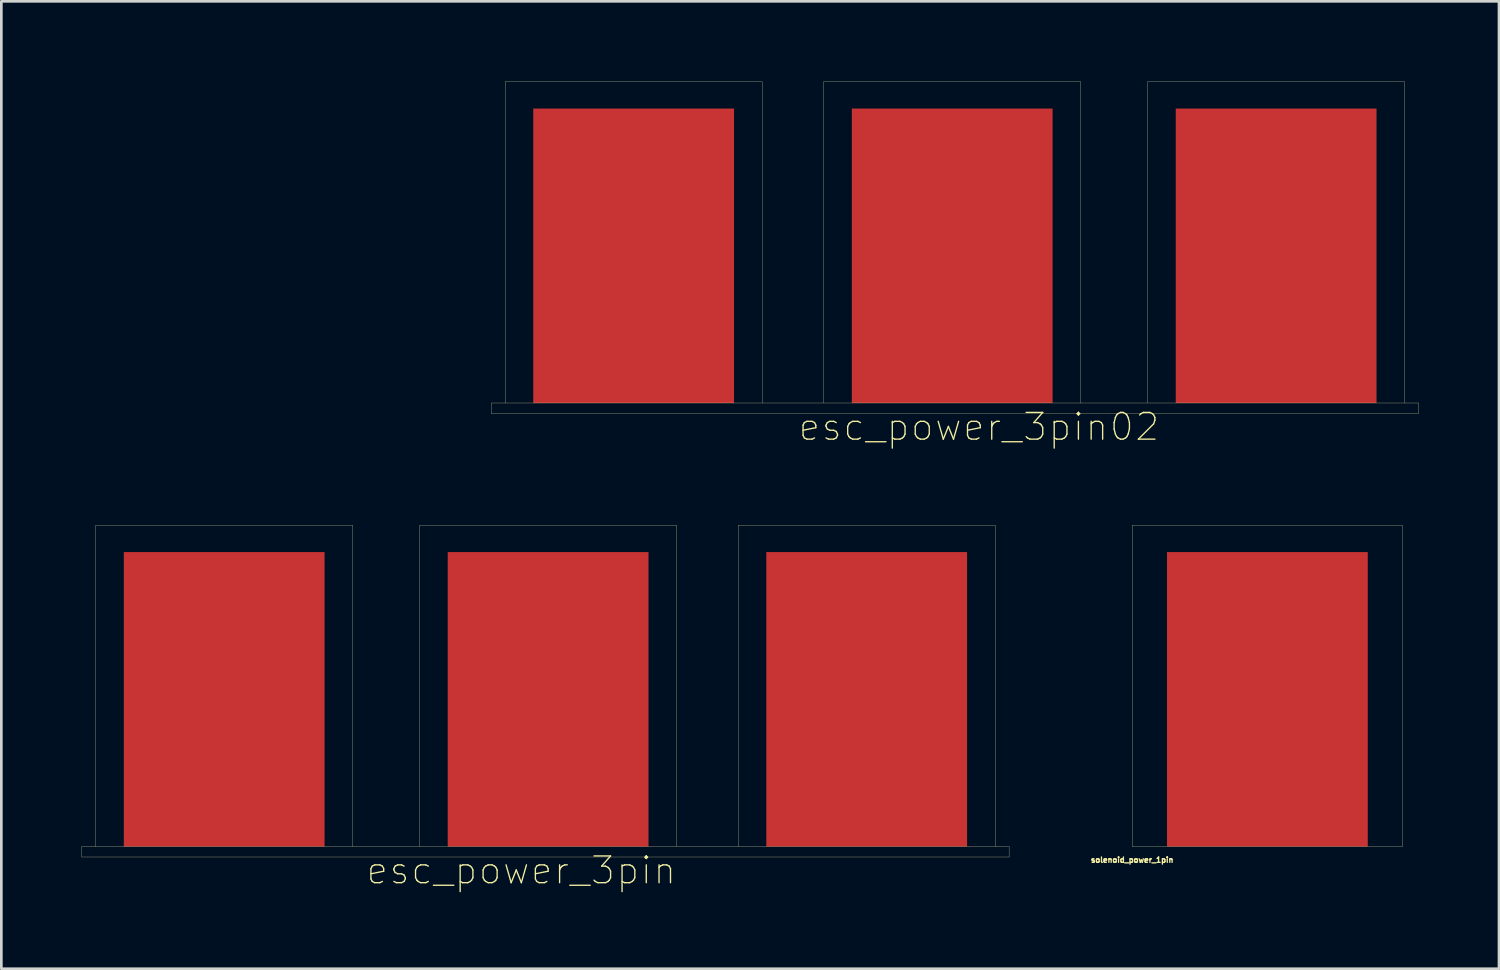
<source format=kicad_pcb>
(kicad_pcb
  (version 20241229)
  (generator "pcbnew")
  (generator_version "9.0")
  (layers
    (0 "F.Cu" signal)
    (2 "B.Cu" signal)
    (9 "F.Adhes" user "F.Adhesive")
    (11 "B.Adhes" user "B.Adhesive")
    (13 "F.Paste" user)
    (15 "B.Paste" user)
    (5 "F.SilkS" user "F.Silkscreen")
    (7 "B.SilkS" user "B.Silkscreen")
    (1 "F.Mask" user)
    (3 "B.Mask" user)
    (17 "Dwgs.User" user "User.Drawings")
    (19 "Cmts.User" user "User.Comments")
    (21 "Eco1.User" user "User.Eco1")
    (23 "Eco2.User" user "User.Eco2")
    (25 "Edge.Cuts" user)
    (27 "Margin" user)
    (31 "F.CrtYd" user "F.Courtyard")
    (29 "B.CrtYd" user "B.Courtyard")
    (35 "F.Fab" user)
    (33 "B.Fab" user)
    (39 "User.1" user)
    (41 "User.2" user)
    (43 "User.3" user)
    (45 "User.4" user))
  (footprint "solenoid_power_1pin"
    (layer "F.Cu")
    (at 39.243 28.573)
    (property "Reference" "solenoid_power_1pin" (at 0 0.5 0) (layer "F.SilkS") (effects (font (size 0.2 0.2) (thickness 0.05))))
    (attr through_hole)
    (fp_line (start 0 -12) (end 0 0) (stroke (width 0.01) (type solid)) (layer "F.SilkS"))
    (fp_line (start 0 0) (end 10.1 0) (stroke (width 0.01) (type solid)) (layer "F.SilkS"))
    (fp_line (start 10.1 -12) (end 0 -12) (stroke (width 0.01) (type solid)) (layer "F.SilkS"))
    (fp_line (start 10.1 0) (end 10.1 -12) (stroke (width 0.01) (type solid)) (layer "F.SilkS"))
    (pad "1" smd rect (at 5.05 -5.5) (size 7.5 11) (layers "F.Cu" "F.Mask" "B.Adhes")))
  (footprint "esc_power_3pin02"
    (layer "F.Cu")
    (at 0.25 12.005)
    (property "Reference" "esc_power_3pin02" (at 33.27 0.89 0) (layer "F.SilkS") (effects (font (size 1 1) (thickness 0.05))))
    (attr through_hole)
    (fp_line (start 15.05 0) (end 15.05 0.39) (stroke (width 0.01) (type solid)) (layer "F.SilkS"))
    (fp_line (start 15.05 0) (end 15.57 0) (stroke (width 0.01) (type solid)) (layer "F.SilkS"))
    (fp_line (start 15.05 0.39) (end 49.69 0.39) (stroke (width 0.01) (type solid)) (layer "F.SilkS"))
    (fp_line (start 15.57 0) (end 15.57 -12) (stroke (width 0.01) (type solid)) (layer "F.SilkS"))
    (fp_line (start 25.17 -12) (end 15.57 -12) (stroke (width 0.01) (type solid)) (layer "F.SilkS"))
    (fp_line (start 25.17 0) (end 15.57 0) (stroke (width 0.01) (type solid)) (layer "F.SilkS"))
    (fp_line (start 25.17 0) (end 25.17 -12) (stroke (width 0.01) (type solid)) (layer "F.SilkS"))
    (fp_line (start 25.17 0) (end 26.97 0) (stroke (width 0.01) (type solid)) (layer "F.SilkS"))
    (fp_line (start 27.47 0) (end 27.47 -12) (stroke (width 0.01) (type solid)) (layer "F.SilkS"))
    (fp_line (start 37.07 -12) (end 27.47 -12) (stroke (width 0.01) (type solid)) (layer "F.SilkS"))
    (fp_line (start 37.07 0) (end 26.97 0) (stroke (width 0.01) (type solid)) (layer "F.SilkS"))
    (fp_line (start 37.07 0) (end 37.07 -12) (stroke (width 0.01) (type solid)) (layer "F.SilkS"))
    (fp_line (start 39.07 0) (end 37.07 0) (stroke (width 0.01) (type solid)) (layer "F.SilkS"))
    (fp_line (start 39.57 -12) (end 49.17 -12) (stroke (width 0.01) (type solid)) (layer "F.SilkS"))
    (fp_line (start 39.57 0) (end 39.57 -12) (stroke (width 0.01) (type solid)) (layer "F.SilkS"))
    (fp_line (start 49.17 -12) (end 49.17 0) (stroke (width 0.01) (type solid)) (layer "F.SilkS"))
    (fp_line (start 49.17 0) (end 39.07 0) (stroke (width 0.01) (type solid)) (layer "F.SilkS"))
    (fp_line (start 49.17 0) (end 49.69 0) (stroke (width 0.01) (type solid)) (layer "F.SilkS"))
    (fp_line (start 49.69 0) (end 49.69 0.39) (stroke (width 0.01) (type solid)) (layer "F.SilkS"))
    (pad "1" smd rect (at 44.37 -5.5) (size 7.5 11) (layers "F.Cu" "F.Mask" "B.Adhes"))
    (pad "2" smd rect (at 32.27 -5.5) (size 7.5 11) (layers "F.Cu" "F.Mask" "B.Adhes"))
    (pad "3" smd rect (at 20.37 -5.5) (size 7.5 11) (layers "F.Cu" "F.Mask" "B.Adhes")))
  (footprint "esc_power_3pin"
    (layer "F.Cu")
    (at 0.525 28.573)
    (property "Reference" "esc_power_3pin" (at 15.9 0.89 0) (layer "F.SilkS") (effects (font (size 1 1) (thickness 0.05))))
    (attr through_hole)
    (fp_line (start -0.52 0) (end -0.52 0.39) (stroke (width 0.01) (type solid)) (layer "F.SilkS"))
    (fp_line (start 0 -12) (end 0 0) (stroke (width 0.01) (type solid)) (layer "F.SilkS"))
    (fp_line (start 0 0) (end -0.52 0) (stroke (width 0.01) (type solid)) (layer "F.SilkS"))
    (fp_line (start 0 0) (end 10.1 0) (stroke (width 0.01) (type solid)) (layer "F.SilkS"))
    (fp_line (start 9.6 -12) (end 0 -12) (stroke (width 0.01) (type solid)) (layer "F.SilkS"))
    (fp_line (start 9.6 0) (end 9.6 -12) (stroke (width 0.01) (type solid)) (layer "F.SilkS"))
    (fp_line (start 10.1 0) (end 12.1 0) (stroke (width 0.01) (type solid)) (layer "F.SilkS"))
    (fp_line (start 12.1 -12) (end 21.7 -12) (stroke (width 0.01) (type solid)) (layer "F.SilkS"))
    (fp_line (start 12.1 0) (end 12.1 -12) (stroke (width 0.01) (type solid)) (layer "F.SilkS"))
    (fp_line (start 12.1 0) (end 22.2 0) (stroke (width 0.01) (type solid)) (layer "F.SilkS"))
    (fp_line (start 21.7 0) (end 21.7 -12) (stroke (width 0.01) (type solid)) (layer "F.SilkS"))
    (fp_line (start 24 -12) (end 33.6 -12) (stroke (width 0.01) (type solid)) (layer "F.SilkS"))
    (fp_line (start 24 0) (end 22.2 0) (stroke (width 0.01) (type solid)) (layer "F.SilkS"))
    (fp_line (start 24 0) (end 24 -12) (stroke (width 0.01) (type solid)) (layer "F.SilkS"))
    (fp_line (start 24 0) (end 33.6 0) (stroke (width 0.01) (type solid)) (layer "F.SilkS"))
    (fp_line (start 33.6 0) (end 33.6 -12) (stroke (width 0.01) (type solid)) (layer "F.SilkS"))
    (fp_line (start 34.12 0) (end 33.6 0) (stroke (width 0.01) (type solid)) (layer "F.SilkS"))
    (fp_line (start 34.12 0) (end 34.12 0.39) (stroke (width 0.01) (type solid)) (layer "F.SilkS"))
    (fp_line (start 34.12 0.39) (end -0.52 0.39) (stroke (width 0.01) (type solid)) (layer "F.SilkS"))
    (pad "1" smd rect (at 4.8 -5.5) (size 7.5 11) (layers "F.Cu" "F.Mask" "B.Adhes"))
    (pad "2" smd rect (at 16.9 -5.5) (size 7.5 11) (layers "F.Cu" "F.Mask" "B.Adhes"))
    (pad "3" smd rect (at 28.8 -5.5) (size 7.5 11) (layers "F.Cu" "F.Mask" "B.Adhes")))
  (gr_rect
    (start -3 -3)
    (end 52.945 33.136)
    (stroke (width 0.1) (type default))
    (fill no)
    (layer "Edge.Cuts")))
</source>
